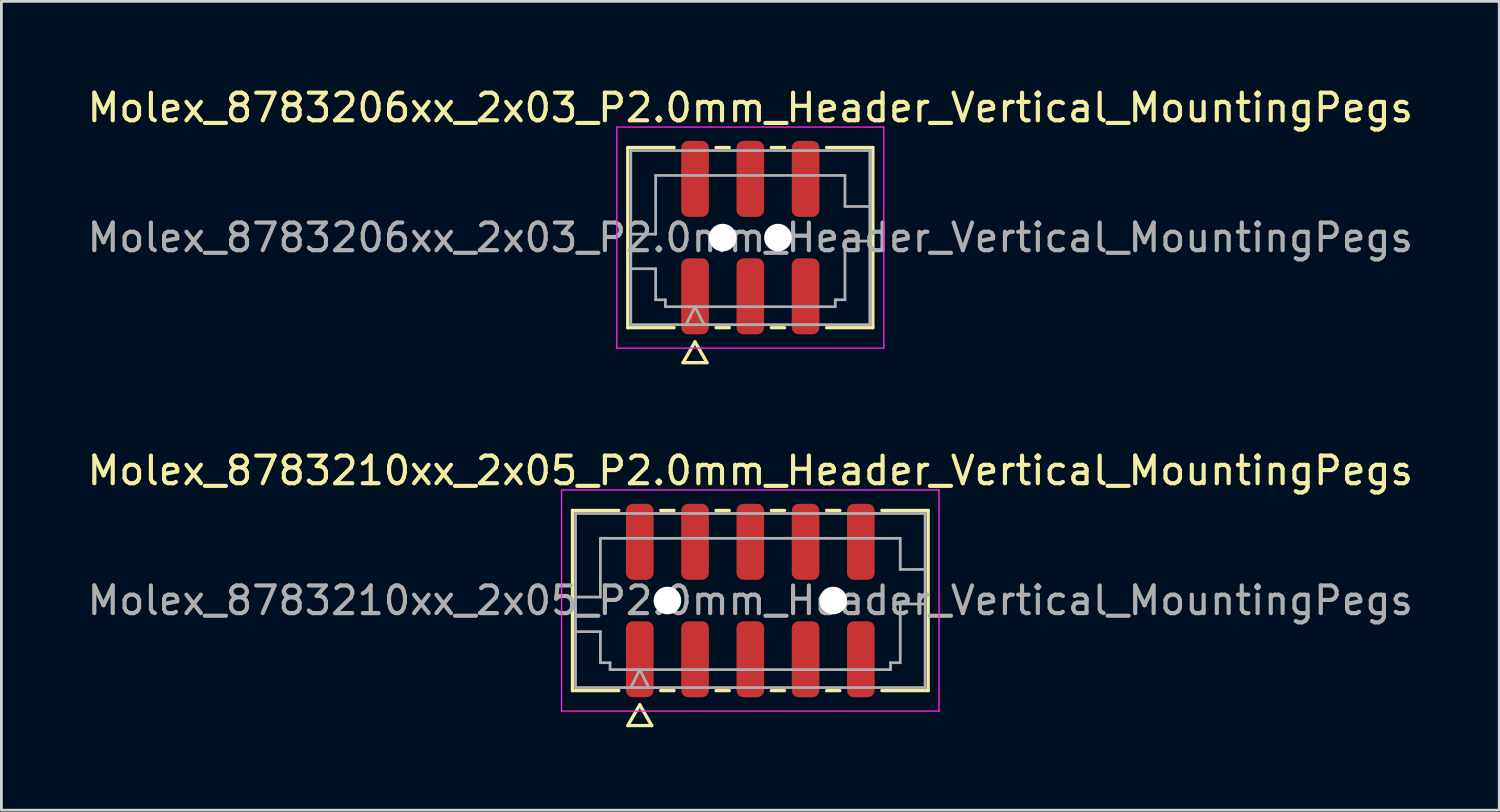
<source format=kicad_pcb>
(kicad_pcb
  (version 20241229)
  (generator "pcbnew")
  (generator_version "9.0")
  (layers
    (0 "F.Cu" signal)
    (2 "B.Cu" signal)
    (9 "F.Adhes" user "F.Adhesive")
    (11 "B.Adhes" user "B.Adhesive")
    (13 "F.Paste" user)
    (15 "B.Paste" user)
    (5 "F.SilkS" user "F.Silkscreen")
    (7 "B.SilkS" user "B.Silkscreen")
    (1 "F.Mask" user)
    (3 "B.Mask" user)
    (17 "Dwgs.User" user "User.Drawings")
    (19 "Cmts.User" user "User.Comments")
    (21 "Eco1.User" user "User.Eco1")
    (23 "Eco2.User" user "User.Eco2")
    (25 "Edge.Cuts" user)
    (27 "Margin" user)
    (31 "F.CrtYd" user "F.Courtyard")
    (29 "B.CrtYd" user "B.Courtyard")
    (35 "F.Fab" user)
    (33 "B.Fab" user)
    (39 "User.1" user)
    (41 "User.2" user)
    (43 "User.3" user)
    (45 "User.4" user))
  (footprint "Molex_8783210xx_2x05_P2.0mm_Header_Vertical_MountingPegs"
    (layer "F.Cu")
    (at 24.101 18.681)
    (property "Reference" "Molex_8783210xx_2x05_P2.0mm_Header_Vertical_MountingPegs" (at 0 -4.7 0) (layer "F.SilkS") (effects (font (size 1 1) (thickness 0.15))))
    (attr smd)
    (fp_line (start -6.435 -3.26) (end -4.76 -3.26) (stroke (width 0.12) (type solid)) (layer "F.SilkS"))
    (fp_line (start -6.435 3.26) (end -6.435 -3.26) (stroke (width 0.12) (type solid)) (layer "F.SilkS"))
    (fp_line (start -4.76 3.26) (end -6.435 3.26) (stroke (width 0.12) (type solid)) (layer "F.SilkS"))
    (fp_line (start -4.433 4.525) (end -4 3.775) (stroke (width 0.12) (type solid)) (layer "F.SilkS"))
    (fp_line (start -4 3.775) (end -3.567 4.525) (stroke (width 0.12) (type solid)) (layer "F.SilkS"))
    (fp_line (start -3.567 4.525) (end -4.433 4.525) (stroke (width 0.12) (type solid)) (layer "F.SilkS"))
    (fp_line (start -3.24 -3.26) (end -2.76 -3.26) (stroke (width 0.12) (type solid)) (layer "F.SilkS"))
    (fp_line (start -2.76 3.26) (end -3.24 3.26) (stroke (width 0.12) (type solid)) (layer "F.SilkS"))
    (fp_line (start -1.24 -3.26) (end -0.76 -3.26) (stroke (width 0.12) (type solid)) (layer "F.SilkS"))
    (fp_line (start -0.76 3.26) (end -1.24 3.26) (stroke (width 0.12) (type solid)) (layer "F.SilkS"))
    (fp_line (start 0.76 -3.26) (end 1.24 -3.26) (stroke (width 0.12) (type solid)) (layer "F.SilkS"))
    (fp_line (start 1.24 3.26) (end 0.76 3.26) (stroke (width 0.12) (type solid)) (layer "F.SilkS"))
    (fp_line (start 2.76 -3.26) (end 3.24 -3.26) (stroke (width 0.12) (type solid)) (layer "F.SilkS"))
    (fp_line (start 3.24 3.26) (end 2.76 3.26) (stroke (width 0.12) (type solid)) (layer "F.SilkS"))
    (fp_line (start 4.76 -3.26) (end 6.435 -3.26) (stroke (width 0.12) (type solid)) (layer "F.SilkS"))
    (fp_line (start 6.435 -3.26) (end 6.435 3.26) (stroke (width 0.12) (type solid)) (layer "F.SilkS"))
    (fp_line (start 6.435 3.26) (end 4.76 3.26) (stroke (width 0.12) (type solid)) (layer "F.SilkS"))
    (fp_line (start -6.83 -4) (end -6.83 4) (stroke (width 0.05) (type solid)) (layer "F.CrtYd"))
    (fp_line (start -6.83 4) (end 6.83 4) (stroke (width 0.05) (type solid)) (layer "F.CrtYd"))
    (fp_line (start 6.83 -4) (end -6.83 -4) (stroke (width 0.05) (type solid)) (layer "F.CrtYd"))
    (fp_line (start 6.83 4) (end 6.83 -4) (stroke (width 0.05) (type solid)) (layer "F.CrtYd"))
    (fp_line (start -6.325 -3.15) (end 6.325 -3.15) (stroke (width 0.1) (type solid)) (layer "F.Fab"))
    (fp_line (start -6.325 -0.125) (end -5.425 -0.125) (stroke (width 0.1) (type solid)) (layer "F.Fab"))
    (fp_line (start -6.325 1.125) (end -5.425 1.125) (stroke (width 0.1) (type solid)) (layer "F.Fab"))
    (fp_line (start -6.325 3.15) (end -6.325 -3.15) (stroke (width 0.1) (type solid)) (layer "F.Fab"))
    (fp_line (start -5.425 -2.25) (end 5.425 -2.25) (stroke (width 0.1) (type solid)) (layer "F.Fab"))
    (fp_line (start -5.425 -0.125) (end -5.425 -2.25) (stroke (width 0.1) (type solid)) (layer "F.Fab"))
    (fp_line (start -5.425 1.125) (end -5.425 2.25) (stroke (width 0.1) (type solid)) (layer "F.Fab"))
    (fp_line (start -5.425 2.25) (end -5.075 2.25) (stroke (width 0.1) (type solid)) (layer "F.Fab"))
    (fp_line (start -5.075 2.25) (end -5.075 2.5) (stroke (width 0.1) (type solid)) (layer "F.Fab"))
    (fp_line (start -5.075 2.5) (end 0 2.5) (stroke (width 0.1) (type solid)) (layer "F.Fab"))
    (fp_line (start -4.325 3.15) (end -4 2.5) (stroke (width 0.1) (type solid)) (layer "F.Fab"))
    (fp_line (start -4 2.5) (end -3.675 3.15) (stroke (width 0.1) (type solid)) (layer "F.Fab"))
    (fp_line (start 0 2.5) (end 5.075 2.5) (stroke (width 0.1) (type solid)) (layer "F.Fab"))
    (fp_line (start 5.075 2.25) (end 5.425 2.25) (stroke (width 0.1) (type solid)) (layer "F.Fab"))
    (fp_line (start 5.075 2.5) (end 5.075 2.25) (stroke (width 0.1) (type solid)) (layer "F.Fab"))
    (fp_line (start 5.425 -2.25) (end 5.425 -1.125) (stroke (width 0.1) (type solid)) (layer "F.Fab"))
    (fp_line (start 5.425 -1.125) (end 6.325 -1.125) (stroke (width 0.1) (type solid)) (layer "F.Fab"))
    (fp_line (start 5.425 0.125) (end 6.325 0.125) (stroke (width 0.1) (type solid)) (layer "F.Fab"))
    (fp_line (start 5.425 2.25) (end 5.425 0.125) (stroke (width 0.1) (type solid)) (layer "F.Fab"))
    (fp_line (start 6.325 -3.15) (end 6.325 3.15) (stroke (width 0.1) (type solid)) (layer "F.Fab"))
    (fp_line (start 6.325 3.15) (end -6.325 3.15) (stroke (width 0.1) (type solid)) (layer "F.Fab"))
    (fp_text user "${REFERENCE}" (at 0 0 0) (layer "F.Fab") (effects (font (size 1 1) (thickness 0.15))))
    (pad "" np_thru_hole circle (at -3 0) (size 1 1) (drill 1) (layers "*.Cu" "*.Mask"))
    (pad "" np_thru_hole circle (at 3 0) (size 1 1) (drill 1) (layers "*.Cu" "*.Mask"))
    (pad "1" smd roundrect (at -4 2.125) (size 1 2.75) (layers "F.Cu" "F.Mask" "F.Paste") (roundrect_rratio 0.25))
    (pad "2" smd roundrect (at -4 -2.125) (size 1 2.75) (layers "F.Cu" "F.Mask" "F.Paste") (roundrect_rratio 0.25))
    (pad "3" smd roundrect (at -2 2.125) (size 1 2.75) (layers "F.Cu" "F.Mask" "F.Paste") (roundrect_rratio 0.25))
    (pad "4" smd roundrect (at -2 -2.125) (size 1 2.75) (layers "F.Cu" "F.Mask" "F.Paste") (roundrect_rratio 0.25))
    (pad "5" smd roundrect (at 0 2.125) (size 1 2.75) (layers "F.Cu" "F.Mask" "F.Paste") (roundrect_rratio 0.25))
    (pad "6" smd roundrect (at 0 -2.125) (size 1 2.75) (layers "F.Cu" "F.Mask" "F.Paste") (roundrect_rratio 0.25))
    (pad "7" smd roundrect (at 2 2.125) (size 1 2.75) (layers "F.Cu" "F.Mask" "F.Paste") (roundrect_rratio 0.25))
    (pad "8" smd roundrect (at 2 -2.125) (size 1 2.75) (layers "F.Cu" "F.Mask" "F.Paste") (roundrect_rratio 0.25))
    (pad "9" smd roundrect (at 4 2.125) (size 1 2.75) (layers "F.Cu" "F.Mask" "F.Paste") (roundrect_rratio 0.25))
    (pad "10" smd roundrect (at 4 -2.125) (size 1 2.75) (layers "F.Cu" "F.Mask" "F.Paste") (roundrect_rratio 0.25)))
  (footprint "Molex_8783206xx_2x03_P2.0mm_Header_Vertical_MountingPegs"
    (layer "F.Cu")
    (at 24.101 5.548)
    (property "Reference" "Molex_8783206xx_2x03_P2.0mm_Header_Vertical_MountingPegs" (at 0 -4.7 0) (layer "F.SilkS") (effects (font (size 1 1) (thickness 0.15))))
    (attr smd)
    (fp_line (start -4.435 -3.26) (end -2.76 -3.26) (stroke (width 0.12) (type solid)) (layer "F.SilkS"))
    (fp_line (start -4.435 3.26) (end -4.435 -3.26) (stroke (width 0.12) (type solid)) (layer "F.SilkS"))
    (fp_line (start -2.76 3.26) (end -4.435 3.26) (stroke (width 0.12) (type solid)) (layer "F.SilkS"))
    (fp_line (start -2.433 4.525) (end -2 3.775) (stroke (width 0.12) (type solid)) (layer "F.SilkS"))
    (fp_line (start -2 3.775) (end -1.567 4.525) (stroke (width 0.12) (type solid)) (layer "F.SilkS"))
    (fp_line (start -1.567 4.525) (end -2.433 4.525) (stroke (width 0.12) (type solid)) (layer "F.SilkS"))
    (fp_line (start -1.24 -3.26) (end -0.76 -3.26) (stroke (width 0.12) (type solid)) (layer "F.SilkS"))
    (fp_line (start -0.76 3.26) (end -1.24 3.26) (stroke (width 0.12) (type solid)) (layer "F.SilkS"))
    (fp_line (start 0.76 -3.26) (end 1.24 -3.26) (stroke (width 0.12) (type solid)) (layer "F.SilkS"))
    (fp_line (start 1.24 3.26) (end 0.76 3.26) (stroke (width 0.12) (type solid)) (layer "F.SilkS"))
    (fp_line (start 2.76 -3.26) (end 4.435 -3.26) (stroke (width 0.12) (type solid)) (layer "F.SilkS"))
    (fp_line (start 4.435 -3.26) (end 4.435 3.26) (stroke (width 0.12) (type solid)) (layer "F.SilkS"))
    (fp_line (start 4.435 3.26) (end 2.76 3.26) (stroke (width 0.12) (type solid)) (layer "F.SilkS"))
    (fp_line (start -4.83 -4) (end -4.83 4) (stroke (width 0.05) (type solid)) (layer "F.CrtYd"))
    (fp_line (start -4.83 4) (end 4.83 4) (stroke (width 0.05) (type solid)) (layer "F.CrtYd"))
    (fp_line (start 4.83 -4) (end -4.83 -4) (stroke (width 0.05) (type solid)) (layer "F.CrtYd"))
    (fp_line (start 4.83 4) (end 4.83 -4) (stroke (width 0.05) (type solid)) (layer "F.CrtYd"))
    (fp_line (start -4.325 -3.15) (end 4.325 -3.15) (stroke (width 0.1) (type solid)) (layer "F.Fab"))
    (fp_line (start -4.325 -0.125) (end -3.425 -0.125) (stroke (width 0.1) (type solid)) (layer "F.Fab"))
    (fp_line (start -4.325 1.125) (end -3.425 1.125) (stroke (width 0.1) (type solid)) (layer "F.Fab"))
    (fp_line (start -4.325 3.15) (end -4.325 -3.15) (stroke (width 0.1) (type solid)) (layer "F.Fab"))
    (fp_line (start -3.425 -2.25) (end 3.425 -2.25) (stroke (width 0.1) (type solid)) (layer "F.Fab"))
    (fp_line (start -3.425 -0.125) (end -3.425 -2.25) (stroke (width 0.1) (type solid)) (layer "F.Fab"))
    (fp_line (start -3.425 1.125) (end -3.425 2.25) (stroke (width 0.1) (type solid)) (layer "F.Fab"))
    (fp_line (start -3.425 2.25) (end -3.075 2.25) (stroke (width 0.1) (type solid)) (layer "F.Fab"))
    (fp_line (start -3.075 2.25) (end -3.075 2.5) (stroke (width 0.1) (type solid)) (layer "F.Fab"))
    (fp_line (start -3.075 2.5) (end 0 2.5) (stroke (width 0.1) (type solid)) (layer "F.Fab"))
    (fp_line (start -2.325 3.15) (end -2 2.5) (stroke (width 0.1) (type solid)) (layer "F.Fab"))
    (fp_line (start -2 2.5) (end -1.675 3.15) (stroke (width 0.1) (type solid)) (layer "F.Fab"))
    (fp_line (start 0 2.5) (end 3.075 2.5) (stroke (width 0.1) (type solid)) (layer "F.Fab"))
    (fp_line (start 3.075 2.25) (end 3.425 2.25) (stroke (width 0.1) (type solid)) (layer "F.Fab"))
    (fp_line (start 3.075 2.5) (end 3.075 2.25) (stroke (width 0.1) (type solid)) (layer "F.Fab"))
    (fp_line (start 3.425 -2.25) (end 3.425 -1.125) (stroke (width 0.1) (type solid)) (layer "F.Fab"))
    (fp_line (start 3.425 -1.125) (end 4.325 -1.125) (stroke (width 0.1) (type solid)) (layer "F.Fab"))
    (fp_line (start 3.425 0.125) (end 4.325 0.125) (stroke (width 0.1) (type solid)) (layer "F.Fab"))
    (fp_line (start 3.425 2.25) (end 3.425 0.125) (stroke (width 0.1) (type solid)) (layer "F.Fab"))
    (fp_line (start 4.325 -3.15) (end 4.325 3.15) (stroke (width 0.1) (type solid)) (layer "F.Fab"))
    (fp_line (start 4.325 3.15) (end -4.325 3.15) (stroke (width 0.1) (type solid)) (layer "F.Fab"))
    (fp_text user "${REFERENCE}" (at 0 0 0) (layer "F.Fab") (effects (font (size 1 1) (thickness 0.15))))
    (pad "" np_thru_hole circle (at -1 0) (size 1 1) (drill 1) (layers "*.Cu" "*.Mask"))
    (pad "" np_thru_hole circle (at 1 0) (size 1 1) (drill 1) (layers "*.Cu" "*.Mask"))
    (pad "1" smd roundrect (at -2 2.125) (size 1 2.75) (layers "F.Cu" "F.Mask" "F.Paste") (roundrect_rratio 0.25))
    (pad "2" smd roundrect (at -2 -2.125) (size 1 2.75) (layers "F.Cu" "F.Mask" "F.Paste") (roundrect_rratio 0.25))
    (pad "3" smd roundrect (at 0 2.125) (size 1 2.75) (layers "F.Cu" "F.Mask" "F.Paste") (roundrect_rratio 0.25))
    (pad "4" smd roundrect (at 0 -2.125) (size 1 2.75) (layers "F.Cu" "F.Mask" "F.Paste") (roundrect_rratio 0.25))
    (pad "5" smd roundrect (at 2 2.125) (size 1 2.75) (layers "F.Cu" "F.Mask" "F.Paste") (roundrect_rratio 0.25))
    (pad "6" smd roundrect (at 2 -2.125) (size 1 2.75) (layers "F.Cu" "F.Mask" "F.Paste") (roundrect_rratio 0.25)))
  (gr_rect
    (start -3 -3)
    (end 51.202 26.267)
    (stroke (width 0.1) (type default))
    (fill no)
    (layer "Edge.Cuts")))
</source>
